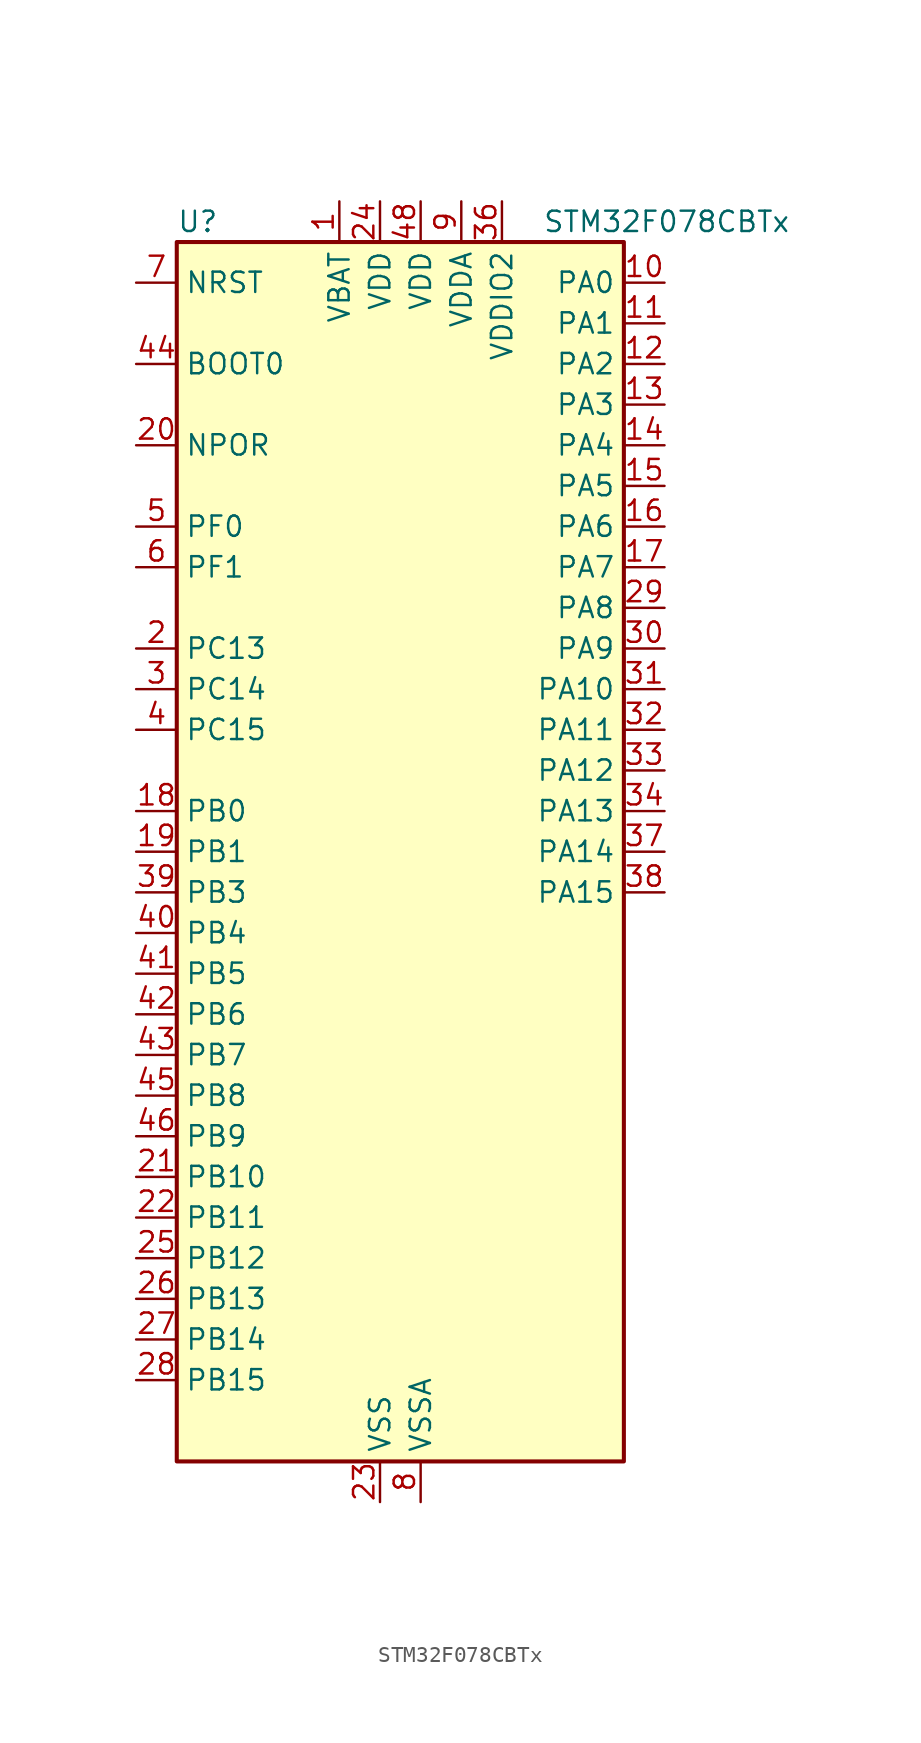
<source format=kicad_sym>
(kicad_symbol_lib
  (version 20220914)
  (generator kicad_symbol_editor)
  (symbol "STM32F078CBTx"
    (property "Reference" "U"
      (at -12.7 39.37 0)
      (effects (font (size 1.27 1.27)) (justify left)))
    (property "Value" "STM32F078CBTx"
      (at 10.16 39.37 0)
      (effects (font (size 1.27 1.27)) (justify left)))
    (property "ki_locked" ""
      (at 0 0 0)
      (effects (font (size 1.27 1.27))))
    (symbol "STM32F078CBTx_0_1"
      (rectangle (start -12.7 -38.1) (end 15.24 38.1) (stroke (width 0.254) (type default)) (fill (type background))))
    (symbol "STM32F078CBTx_1_1"
      (pin power_in line (at -2.54 40.64 270) (length 2.54) (name "VBAT" (effects (font (size 1.27 1.27)))) (number "1" (effects (font (size 1.27 1.27)))))
      (pin bidirectional line (at 17.78 35.56 180) (length 2.54) (name "PA0" (effects (font (size 1.27 1.27)))) (number "10" (effects (font (size 1.27 1.27)))) (alternate "ADC_IN0" bidirectional line) (alternate "COMP1_INM" bidirectional line) (alternate "COMP1_OUT" bidirectional line) (alternate "RTC_TAMP2" bidirectional line) (alternate "SYS_WKUP1" bidirectional line) (alternate "TIM2_CH1" bidirectional line) (alternate "TIM2_ETR" bidirectional line) (alternate "TSC_G1_IO1" bidirectional line) (alternate "USART2_CTS" bidirectional line) (alternate "USART4_TX" bidirectional line))
      (pin bidirectional line (at 17.78 33.02 180) (length 2.54) (name "PA1" (effects (font (size 1.27 1.27)))) (number "11" (effects (font (size 1.27 1.27)))) (alternate "ADC_IN1" bidirectional line) (alternate "COMP1_INP" bidirectional line) (alternate "TIM15_CH1N" bidirectional line) (alternate "TIM2_CH2" bidirectional line) (alternate "TSC_G1_IO2" bidirectional line) (alternate "USART2_DE" bidirectional line) (alternate "USART2_RTS" bidirectional line) (alternate "USART4_RX" bidirectional line))
      (pin bidirectional line (at 17.78 30.48 180) (length 2.54) (name "PA2" (effects (font (size 1.27 1.27)))) (number "12" (effects (font (size 1.27 1.27)))) (alternate "ADC_IN2" bidirectional line) (alternate "COMP2_INM" bidirectional line) (alternate "COMP2_OUT" bidirectional line) (alternate "SYS_WKUP4" bidirectional line) (alternate "TIM15_CH1" bidirectional line) (alternate "TIM2_CH3" bidirectional line) (alternate "TSC_G1_IO3" bidirectional line) (alternate "USART2_TX" bidirectional line))
      (pin bidirectional line (at 17.78 27.94 180) (length 2.54) (name "PA3" (effects (font (size 1.27 1.27)))) (number "13" (effects (font (size 1.27 1.27)))) (alternate "ADC_IN3" bidirectional line) (alternate "COMP2_INP" bidirectional line) (alternate "TIM15_CH2" bidirectional line) (alternate "TIM2_CH4" bidirectional line) (alternate "TSC_G1_IO4" bidirectional line) (alternate "USART2_RX" bidirectional line))
      (pin bidirectional line (at 17.78 25.4 180) (length 2.54) (name "PA4" (effects (font (size 1.27 1.27)))) (number "14" (effects (font (size 1.27 1.27)))) (alternate "ADC_IN4" bidirectional line) (alternate "COMP1_INM" bidirectional line) (alternate "COMP2_INM" bidirectional line) (alternate "DAC_OUT1" bidirectional line) (alternate "I2S1_WS" bidirectional line) (alternate "SPI1_NSS" bidirectional line) (alternate "TIM14_CH1" bidirectional line) (alternate "TSC_G2_IO1" bidirectional line) (alternate "USART2_CK" bidirectional line))
      (pin bidirectional line (at 17.78 22.86 180) (length 2.54) (name "PA5" (effects (font (size 1.27 1.27)))) (number "15" (effects (font (size 1.27 1.27)))) (alternate "ADC_IN5" bidirectional line) (alternate "CEC" bidirectional line) (alternate "COMP1_INM" bidirectional line) (alternate "COMP2_INM" bidirectional line) (alternate "DAC_OUT2" bidirectional line) (alternate "I2S1_CK" bidirectional line) (alternate "SPI1_SCK" bidirectional line) (alternate "TIM2_CH1" bidirectional line) (alternate "TIM2_ETR" bidirectional line) (alternate "TSC_G2_IO2" bidirectional line))
      (pin bidirectional line (at 17.78 20.32 180) (length 2.54) (name "PA6" (effects (font (size 1.27 1.27)))) (number "16" (effects (font (size 1.27 1.27)))) (alternate "ADC_IN6" bidirectional line) (alternate "COMP1_OUT" bidirectional line) (alternate "I2S1_MCK" bidirectional line) (alternate "SPI1_MISO" bidirectional line) (alternate "TIM16_CH1" bidirectional line) (alternate "TIM1_BKIN" bidirectional line) (alternate "TIM3_CH1" bidirectional line) (alternate "TSC_G2_IO3" bidirectional line) (alternate "USART3_CTS" bidirectional line))
      (pin bidirectional line (at 17.78 17.78 180) (length 2.54) (name "PA7" (effects (font (size 1.27 1.27)))) (number "17" (effects (font (size 1.27 1.27)))) (alternate "ADC_IN7" bidirectional line) (alternate "COMP2_OUT" bidirectional line) (alternate "I2S1_SD" bidirectional line) (alternate "SPI1_MOSI" bidirectional line) (alternate "TIM14_CH1" bidirectional line) (alternate "TIM17_CH1" bidirectional line) (alternate "TIM1_CH1N" bidirectional line) (alternate "TIM3_CH2" bidirectional line) (alternate "TSC_G2_IO4" bidirectional line))
      (pin bidirectional line (at -15.24 2.54 0) (length 2.54) (name "PB0" (effects (font (size 1.27 1.27)))) (number "18" (effects (font (size 1.27 1.27)))) (alternate "ADC_IN8" bidirectional line) (alternate "TIM1_CH2N" bidirectional line) (alternate "TIM3_CH3" bidirectional line) (alternate "TSC_G3_IO2" bidirectional line) (alternate "USART3_CK" bidirectional line))
      (pin bidirectional line (at -15.24 0 0) (length 2.54) (name "PB1" (effects (font (size 1.27 1.27)))) (number "19" (effects (font (size 1.27 1.27)))) (alternate "ADC_IN9" bidirectional line) (alternate "TIM14_CH1" bidirectional line) (alternate "TIM1_CH3N" bidirectional line) (alternate "TIM3_CH4" bidirectional line) (alternate "TSC_G3_IO3" bidirectional line) (alternate "USART3_DE" bidirectional line) (alternate "USART3_RTS" bidirectional line))
      (pin bidirectional line (at -15.24 12.7 0) (length 2.54) (name "PC13" (effects (font (size 1.27 1.27)))) (number "2" (effects (font (size 1.27 1.27)))) (alternate "RTC_OUT_ALARM" bidirectional line) (alternate "RTC_OUT_CALIB" bidirectional line) (alternate "RTC_TAMP1" bidirectional line) (alternate "RTC_TS" bidirectional line) (alternate "SYS_WKUP2" bidirectional line))
      (pin input line (at -15.24 25.4 0) (length 2.54) (name "NPOR" (effects (font (size 1.27 1.27)))) (number "20" (effects (font (size 1.27 1.27)))))
      (pin bidirectional line (at -15.24 -20.32 0) (length 2.54) (name "PB10" (effects (font (size 1.27 1.27)))) (number "21" (effects (font (size 1.27 1.27)))) (alternate "CEC" bidirectional line) (alternate "I2C2_SCL" bidirectional line) (alternate "I2S2_CK" bidirectional line) (alternate "SPI2_SCK" bidirectional line) (alternate "TIM2_CH3" bidirectional line) (alternate "TSC_SYNC" bidirectional line) (alternate "USART3_TX" bidirectional line))
      (pin bidirectional line (at -15.24 -22.86 0) (length 2.54) (name "PB11" (effects (font (size 1.27 1.27)))) (number "22" (effects (font (size 1.27 1.27)))) (alternate "I2C2_SDA" bidirectional line) (alternate "TIM2_CH4" bidirectional line) (alternate "TSC_G6_IO1" bidirectional line) (alternate "USART3_RX" bidirectional line))
      (pin power_in line (at 0 -40.64 90) (length 2.54) (name "VSS" (effects (font (size 1.27 1.27)))) (number "23" (effects (font (size 1.27 1.27)))))
      (pin power_in line (at 0 40.64 270) (length 2.54) (name "VDD" (effects (font (size 1.27 1.27)))) (number "24" (effects (font (size 1.27 1.27)))))
      (pin bidirectional line (at -15.24 -25.4 0) (length 2.54) (name "PB12" (effects (font (size 1.27 1.27)))) (number "25" (effects (font (size 1.27 1.27)))) (alternate "I2S2_WS" bidirectional line) (alternate "SPI2_NSS" bidirectional line) (alternate "TIM15_BKIN" bidirectional line) (alternate "TIM1_BKIN" bidirectional line) (alternate "TSC_G6_IO2" bidirectional line) (alternate "USART3_CK" bidirectional line))
      (pin bidirectional line (at -15.24 -27.94 0) (length 2.54) (name "PB13" (effects (font (size 1.27 1.27)))) (number "26" (effects (font (size 1.27 1.27)))) (alternate "I2C2_SCL" bidirectional line) (alternate "I2S2_CK" bidirectional line) (alternate "SPI2_SCK" bidirectional line) (alternate "TIM1_CH1N" bidirectional line) (alternate "TSC_G6_IO3" bidirectional line) (alternate "USART3_CTS" bidirectional line))
      (pin bidirectional line (at -15.24 -30.48 0) (length 2.54) (name "PB14" (effects (font (size 1.27 1.27)))) (number "27" (effects (font (size 1.27 1.27)))) (alternate "I2C2_SDA" bidirectional line) (alternate "I2S2_MCK" bidirectional line) (alternate "SPI2_MISO" bidirectional line) (alternate "TIM15_CH1" bidirectional line) (alternate "TIM1_CH2N" bidirectional line) (alternate "TSC_G6_IO4" bidirectional line) (alternate "USART3_DE" bidirectional line) (alternate "USART3_RTS" bidirectional line))
      (pin bidirectional line (at -15.24 -33.02 0) (length 2.54) (name "PB15" (effects (font (size 1.27 1.27)))) (number "28" (effects (font (size 1.27 1.27)))) (alternate "I2S2_SD" bidirectional line) (alternate "RTC_REFIN" bidirectional line) (alternate "SPI2_MOSI" bidirectional line) (alternate "SYS_WKUP7" bidirectional line) (alternate "TIM15_CH1N" bidirectional line) (alternate "TIM15_CH2" bidirectional line) (alternate "TIM1_CH3N" bidirectional line))
      (pin bidirectional line (at 17.78 15.24 180) (length 2.54) (name "PA8" (effects (font (size 1.27 1.27)))) (number "29" (effects (font (size 1.27 1.27)))) (alternate "CRS_SYNC" bidirectional line) (alternate "RCC_MCO" bidirectional line) (alternate "TIM1_CH1" bidirectional line) (alternate "USART1_CK" bidirectional line))
      (pin bidirectional line (at -15.24 10.16 0) (length 2.54) (name "PC14" (effects (font (size 1.27 1.27)))) (number "3" (effects (font (size 1.27 1.27)))) (alternate "RCC_OSC32_IN" bidirectional line))
      (pin bidirectional line (at 17.78 12.7 180) (length 2.54) (name "PA9" (effects (font (size 1.27 1.27)))) (number "30" (effects (font (size 1.27 1.27)))) (alternate "DAC_EXTI9" bidirectional line) (alternate "TIM15_BKIN" bidirectional line) (alternate "TIM1_CH2" bidirectional line) (alternate "TSC_G4_IO1" bidirectional line) (alternate "USART1_TX" bidirectional line))
      (pin bidirectional line (at 17.78 10.16 180) (length 2.54) (name "PA10" (effects (font (size 1.27 1.27)))) (number "31" (effects (font (size 1.27 1.27)))) (alternate "TIM17_BKIN" bidirectional line) (alternate "TIM1_CH3" bidirectional line) (alternate "TSC_G4_IO2" bidirectional line) (alternate "USART1_RX" bidirectional line))
      (pin bidirectional line (at 17.78 7.62 180) (length 2.54) (name "PA11" (effects (font (size 1.27 1.27)))) (number "32" (effects (font (size 1.27 1.27)))) (alternate "COMP1_OUT" bidirectional line) (alternate "TIM1_CH4" bidirectional line) (alternate "TSC_G4_IO3" bidirectional line) (alternate "USART1_CTS" bidirectional line) (alternate "USB_DM" bidirectional line))
      (pin bidirectional line (at 17.78 5.08 180) (length 2.54) (name "PA12" (effects (font (size 1.27 1.27)))) (number "33" (effects (font (size 1.27 1.27)))) (alternate "COMP2_OUT" bidirectional line) (alternate "TIM1_ETR" bidirectional line) (alternate "TSC_G4_IO4" bidirectional line) (alternate "USART1_DE" bidirectional line) (alternate "USART1_RTS" bidirectional line) (alternate "USB_DP" bidirectional line))
      (pin bidirectional line (at 17.78 2.54 180) (length 2.54) (name "PA13" (effects (font (size 1.27 1.27)))) (number "34" (effects (font (size 1.27 1.27)))) (alternate "IR_OUT" bidirectional line) (alternate "SYS_SWDIO" bidirectional line) (alternate "USB_NOE" bidirectional line))
      (pin passive line (at 0 -40.64 90) (length 2.54) hide (name "VSS" (effects (font (size 1.27 1.27)))) (number "35" (effects (font (size 1.27 1.27)))))
      (pin power_in line (at 7.62 40.64 270) (length 2.54) (name "VDDIO2" (effects (font (size 1.27 1.27)))) (number "36" (effects (font (size 1.27 1.27)))))
      (pin bidirectional line (at 17.78 0 180) (length 2.54) (name "PA14" (effects (font (size 1.27 1.27)))) (number "37" (effects (font (size 1.27 1.27)))) (alternate "SYS_SWCLK" bidirectional line) (alternate "USART2_TX" bidirectional line))
      (pin bidirectional line (at 17.78 -2.54 180) (length 2.54) (name "PA15" (effects (font (size 1.27 1.27)))) (number "38" (effects (font (size 1.27 1.27)))) (alternate "I2S1_WS" bidirectional line) (alternate "SPI1_NSS" bidirectional line) (alternate "TIM2_CH1" bidirectional line) (alternate "TIM2_ETR" bidirectional line) (alternate "USART2_RX" bidirectional line) (alternate "USART4_DE" bidirectional line) (alternate "USART4_RTS" bidirectional line))
      (pin bidirectional line (at -15.24 -2.54 0) (length 2.54) (name "PB3" (effects (font (size 1.27 1.27)))) (number "39" (effects (font (size 1.27 1.27)))) (alternate "I2S1_CK" bidirectional line) (alternate "SPI1_SCK" bidirectional line) (alternate "TIM2_CH2" bidirectional line) (alternate "TSC_G5_IO1" bidirectional line))
      (pin bidirectional line (at -15.24 7.62 0) (length 2.54) (name "PC15" (effects (font (size 1.27 1.27)))) (number "4" (effects (font (size 1.27 1.27)))) (alternate "RCC_OSC32_OUT" bidirectional line))
      (pin bidirectional line (at -15.24 -5.08 0) (length 2.54) (name "PB4" (effects (font (size 1.27 1.27)))) (number "40" (effects (font (size 1.27 1.27)))) (alternate "I2S1_MCK" bidirectional line) (alternate "SPI1_MISO" bidirectional line) (alternate "TIM17_BKIN" bidirectional line) (alternate "TIM3_CH1" bidirectional line) (alternate "TSC_G5_IO2" bidirectional line))
      (pin bidirectional line (at -15.24 -7.62 0) (length 2.54) (name "PB5" (effects (font (size 1.27 1.27)))) (number "41" (effects (font (size 1.27 1.27)))) (alternate "I2C1_SMBA" bidirectional line) (alternate "I2S1_SD" bidirectional line) (alternate "SPI1_MOSI" bidirectional line) (alternate "SYS_WKUP6" bidirectional line) (alternate "TIM16_BKIN" bidirectional line) (alternate "TIM3_CH2" bidirectional line))
      (pin bidirectional line (at -15.24 -10.16 0) (length 2.54) (name "PB6" (effects (font (size 1.27 1.27)))) (number "42" (effects (font (size 1.27 1.27)))) (alternate "I2C1_SCL" bidirectional line) (alternate "TIM16_CH1N" bidirectional line) (alternate "TSC_G5_IO3" bidirectional line) (alternate "USART1_TX" bidirectional line))
      (pin bidirectional line (at -15.24 -12.7 0) (length 2.54) (name "PB7" (effects (font (size 1.27 1.27)))) (number "43" (effects (font (size 1.27 1.27)))) (alternate "I2C1_SDA" bidirectional line) (alternate "TIM17_CH1N" bidirectional line) (alternate "TSC_G5_IO4" bidirectional line) (alternate "USART1_RX" bidirectional line) (alternate "USART4_CTS" bidirectional line))
      (pin input line (at -15.24 30.48 0) (length 2.54) (name "BOOT0" (effects (font (size 1.27 1.27)))) (number "44" (effects (font (size 1.27 1.27)))))
      (pin bidirectional line (at -15.24 -15.24 0) (length 2.54) (name "PB8" (effects (font (size 1.27 1.27)))) (number "45" (effects (font (size 1.27 1.27)))) (alternate "CEC" bidirectional line) (alternate "I2C1_SCL" bidirectional line) (alternate "TIM16_CH1" bidirectional line) (alternate "TSC_SYNC" bidirectional line))
      (pin bidirectional line (at -15.24 -17.78 0) (length 2.54) (name "PB9" (effects (font (size 1.27 1.27)))) (number "46" (effects (font (size 1.27 1.27)))) (alternate "DAC_EXTI9" bidirectional line) (alternate "I2C1_SDA" bidirectional line) (alternate "I2S2_WS" bidirectional line) (alternate "IR_OUT" bidirectional line) (alternate "SPI2_NSS" bidirectional line) (alternate "TIM17_CH1" bidirectional line))
      (pin passive line (at 0 -40.64 90) (length 2.54) hide (name "VSS" (effects (font (size 1.27 1.27)))) (number "47" (effects (font (size 1.27 1.27)))))
      (pin power_in line (at 2.54 40.64 270) (length 2.54) (name "VDD" (effects (font (size 1.27 1.27)))) (number "48" (effects (font (size 1.27 1.27)))))
      (pin bidirectional line (at -15.24 20.32 0) (length 2.54) (name "PF0" (effects (font (size 1.27 1.27)))) (number "5" (effects (font (size 1.27 1.27)))) (alternate "CRS_SYNC" bidirectional line) (alternate "RCC_OSC_IN" bidirectional line))
      (pin bidirectional line (at -15.24 17.78 0) (length 2.54) (name "PF1" (effects (font (size 1.27 1.27)))) (number "6" (effects (font (size 1.27 1.27)))) (alternate "RCC_OSC_OUT" bidirectional line))
      (pin input line (at -15.24 35.56 0) (length 2.54) (name "NRST" (effects (font (size 1.27 1.27)))) (number "7" (effects (font (size 1.27 1.27)))))
      (pin power_in line (at 2.54 -40.64 90) (length 2.54) (name "VSSA" (effects (font (size 1.27 1.27)))) (number "8" (effects (font (size 1.27 1.27)))))
      (pin power_in line (at 5.08 40.64 270) (length 2.54) (name "VDDA" (effects (font (size 1.27 1.27)))) (number "9" (effects (font (size 1.27 1.27))))))))
</source>
